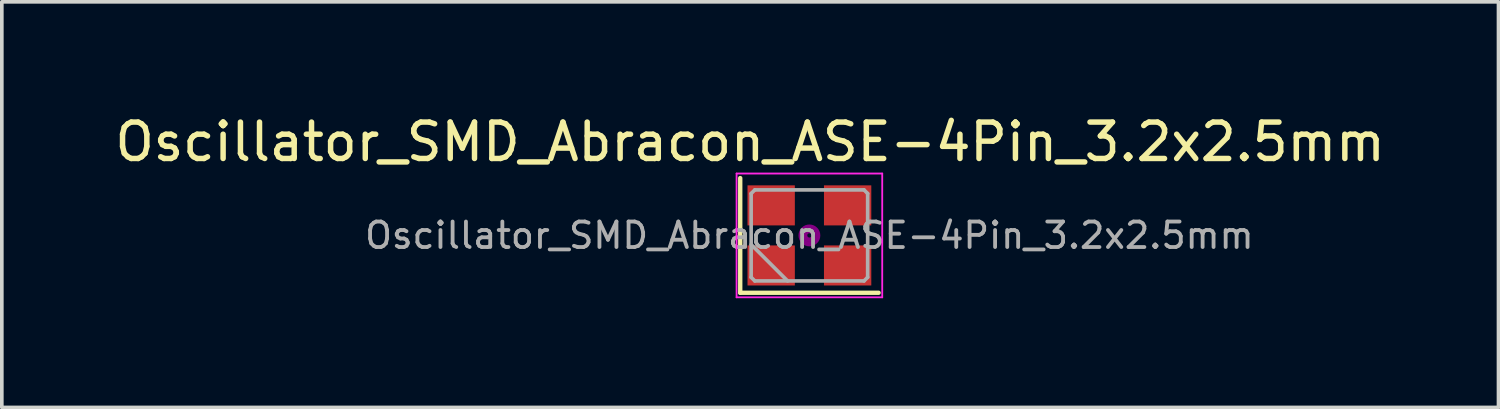
<source format=kicad_pcb>
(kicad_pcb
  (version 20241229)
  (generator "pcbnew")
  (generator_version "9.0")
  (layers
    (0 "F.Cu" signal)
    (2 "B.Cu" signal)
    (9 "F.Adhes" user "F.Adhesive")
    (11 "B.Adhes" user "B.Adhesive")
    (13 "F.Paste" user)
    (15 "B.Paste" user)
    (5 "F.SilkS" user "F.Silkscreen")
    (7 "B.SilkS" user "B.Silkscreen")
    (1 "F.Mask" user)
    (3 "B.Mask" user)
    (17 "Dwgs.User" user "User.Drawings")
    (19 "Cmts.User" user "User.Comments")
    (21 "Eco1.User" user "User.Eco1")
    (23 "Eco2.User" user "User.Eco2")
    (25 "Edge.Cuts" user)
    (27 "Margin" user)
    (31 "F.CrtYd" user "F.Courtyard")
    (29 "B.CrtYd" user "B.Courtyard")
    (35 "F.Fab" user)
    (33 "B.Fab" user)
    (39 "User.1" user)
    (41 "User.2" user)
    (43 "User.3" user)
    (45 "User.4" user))
  (footprint "Oscillator_SMD_Abracon_ASE-4Pin_3.2x2.5mm"
    (layer "F.Cu")
    (at 19.181 3.416)
    (property "Reference" "Oscillator_SMD_Abracon_ASE-4Pin_3.2x2.5mm" (at -1.627 -2.568 180) (layer "F.SilkS") (effects (font (size 1 1) (thickness 0.15))))
    (attr smd)
    (fp_line (start -1.9 -1.575) (end -1.9 1.575) (stroke (width 0.12) (type solid)) (layer "F.SilkS"))
    (fp_line (start -1.9 1.575) (end 1.9 1.575) (stroke (width 0.12) (type solid)) (layer "F.SilkS"))
    (fp_circle (center 0 0) (end 0.058 0) (stroke (width 0.117) (type solid)) (fill no) (layer "F.Adhes"))
    (fp_circle (center 0 0) (end 0.133 0) (stroke (width 0.083) (type solid)) (fill no) (layer "F.Adhes"))
    (fp_circle (center 0 0) (end 0.208 0) (stroke (width 0.083) (type solid)) (fill no) (layer "F.Adhes"))
    (fp_circle (center 0 0) (end 0.25 0) (stroke (width 0.1) (type solid)) (fill no) (layer "F.Adhes"))
    (fp_line (start -2 -1.7) (end -2 1.7) (stroke (width 0.05) (type solid)) (layer "F.CrtYd"))
    (fp_line (start -2 1.7) (end 2 1.7) (stroke (width 0.05) (type solid)) (layer "F.CrtYd"))
    (fp_line (start 2 -1.7) (end -2 -1.7) (stroke (width 0.05) (type solid)) (layer "F.CrtYd"))
    (fp_line (start 2 1.7) (end 2 -1.7) (stroke (width 0.05) (type solid)) (layer "F.CrtYd"))
    (fp_line (start -1.6 -1.15) (end -1.5 -1.25) (stroke (width 0.1) (type solid)) (layer "F.Fab"))
    (fp_line (start -1.6 0.25) (end -0.6 1.25) (stroke (width 0.1) (type solid)) (layer "F.Fab"))
    (fp_line (start -1.6 1.15) (end -1.6 -1.15) (stroke (width 0.1) (type solid)) (layer "F.Fab"))
    (fp_line (start -1.5 -1.25) (end 1.5 -1.25) (stroke (width 0.1) (type solid)) (layer "F.Fab"))
    (fp_line (start -1.5 1.25) (end -1.6 1.15) (stroke (width 0.1) (type solid)) (layer "F.Fab"))
    (fp_line (start 1.5 -1.25) (end 1.6 -1.15) (stroke (width 0.1) (type solid)) (layer "F.Fab"))
    (fp_line (start 1.5 1.25) (end -1.5 1.25) (stroke (width 0.1) (type solid)) (layer "F.Fab"))
    (fp_line (start 1.6 -1.15) (end 1.6 1.15) (stroke (width 0.1) (type solid)) (layer "F.Fab"))
    (fp_line (start 1.6 1.15) (end 1.5 1.25) (stroke (width 0.1) (type solid)) (layer "F.Fab"))
    (fp_text user "${REFERENCE}" (at 0 0 180) (layer "F.Fab") (effects (font (size 0.7 0.7) (thickness 0.105))))
    (pad "1" smd rect (at -1.05 0.825) (size 1.3 1.1) (layers "F.Cu" "F.Mask" "F.Paste"))
    (pad "2" smd rect (at 1.05 0.825) (size 1.3 1.1) (layers "F.Cu" "F.Mask" "F.Paste"))
    (pad "3" smd rect (at 1.05 -0.825) (size 1.3 1.1) (layers "F.Cu" "F.Mask" "F.Paste"))
    (pad "4" smd rect (at -1.05 -0.825) (size 1.3 1.1) (layers "F.Cu" "F.Mask" "F.Paste")))
  (gr_rect
    (start -3 -3)
    (end 38.107 8.141)
    (stroke (width 0.1) (type default))
    (fill no)
    (layer "Edge.Cuts")))
</source>
